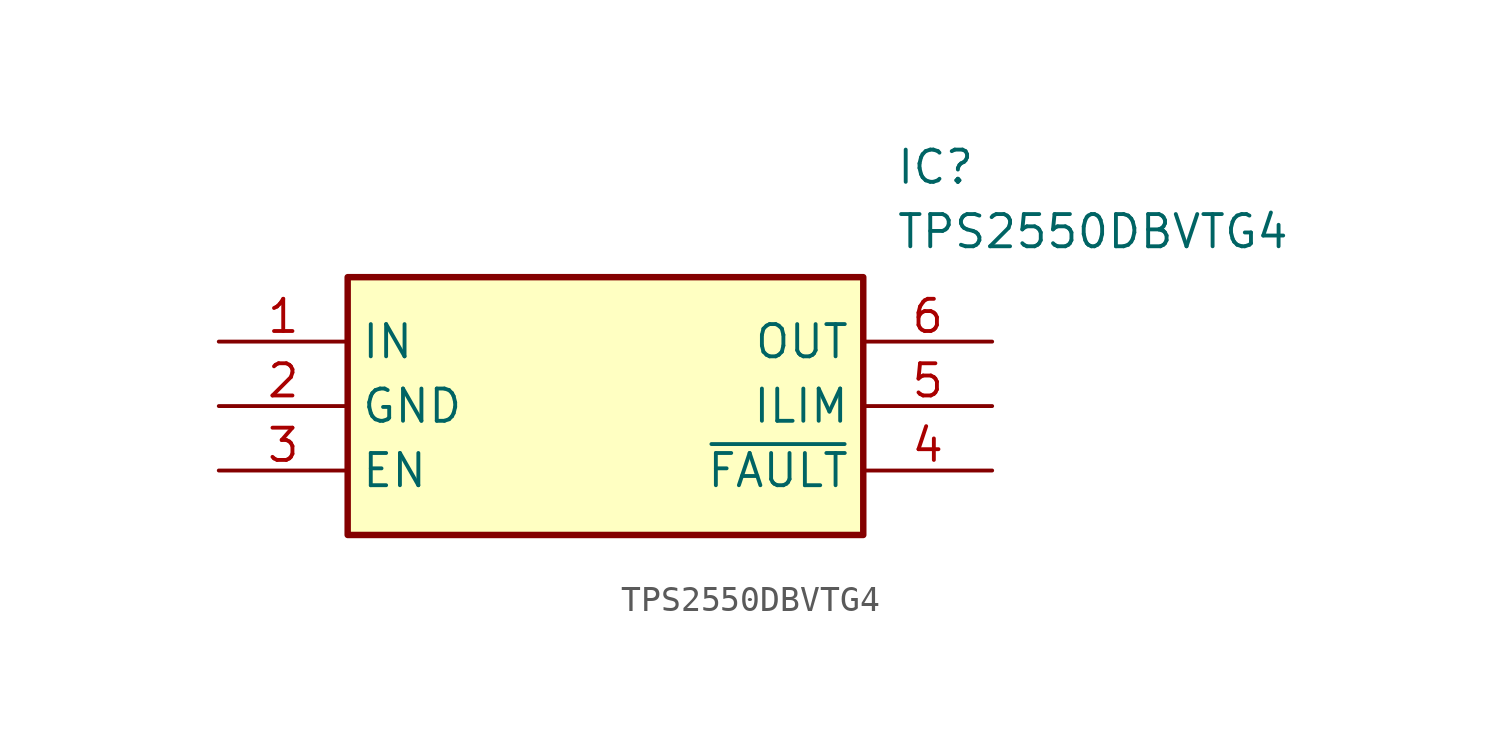
<source format=kicad_sym>
(kicad_symbol_lib
  (version 20211014)
  (generator SamacSys_ECAD_Model)
  (symbol "TPS2550DBVTG4"
    (property "Reference" "IC"
      (at 26.67 7.62 0)
      (effects (font (size 1.27 1.27)) (justify left top)))
    (property "Value" "TPS2550DBVTG4"
      (at 26.67 5.08 0)
      (effects (font (size 1.27 1.27)) (justify left top)))
    (rectangle
      (start 5.08 2.54)
      (end 25.4 -7.62)
      (stroke (width 0.254) (type default))
      (fill (type background)))
    (pin passive line
      (at 0 0 0)
      (length 5.08)
      (name "IN" (effects (font (size 1.27 1.27))))
      (number "1" (effects (font (size 1.27 1.27)))))
    (pin passive line
      (at 0 -2.54 0)
      (length 5.08)
      (name "GND" (effects (font (size 1.27 1.27))))
      (number "2" (effects (font (size 1.27 1.27)))))
    (pin passive line
      (at 0 -5.08 0)
      (length 5.08)
      (name "EN" (effects (font (size 1.27 1.27))))
      (number "3" (effects (font (size 1.27 1.27)))))
    (pin passive line
      (at 30.48 0 180)
      (length 5.08)
      (name "OUT" (effects (font (size 1.27 1.27))))
      (number "6" (effects (font (size 1.27 1.27)))))
    (pin passive line
      (at 30.48 -2.54 180)
      (length 5.08)
      (name "ILIM" (effects (font (size 1.27 1.27))))
      (number "5" (effects (font (size 1.27 1.27)))))
    (pin passive line
      (at 30.48 -5.08 180)
      (length 5.08)
      (name "~{FAULT}" (effects (font (size 1.27 1.27))))
      (number "4" (effects (font (size 1.27 1.27)))))))
</source>
